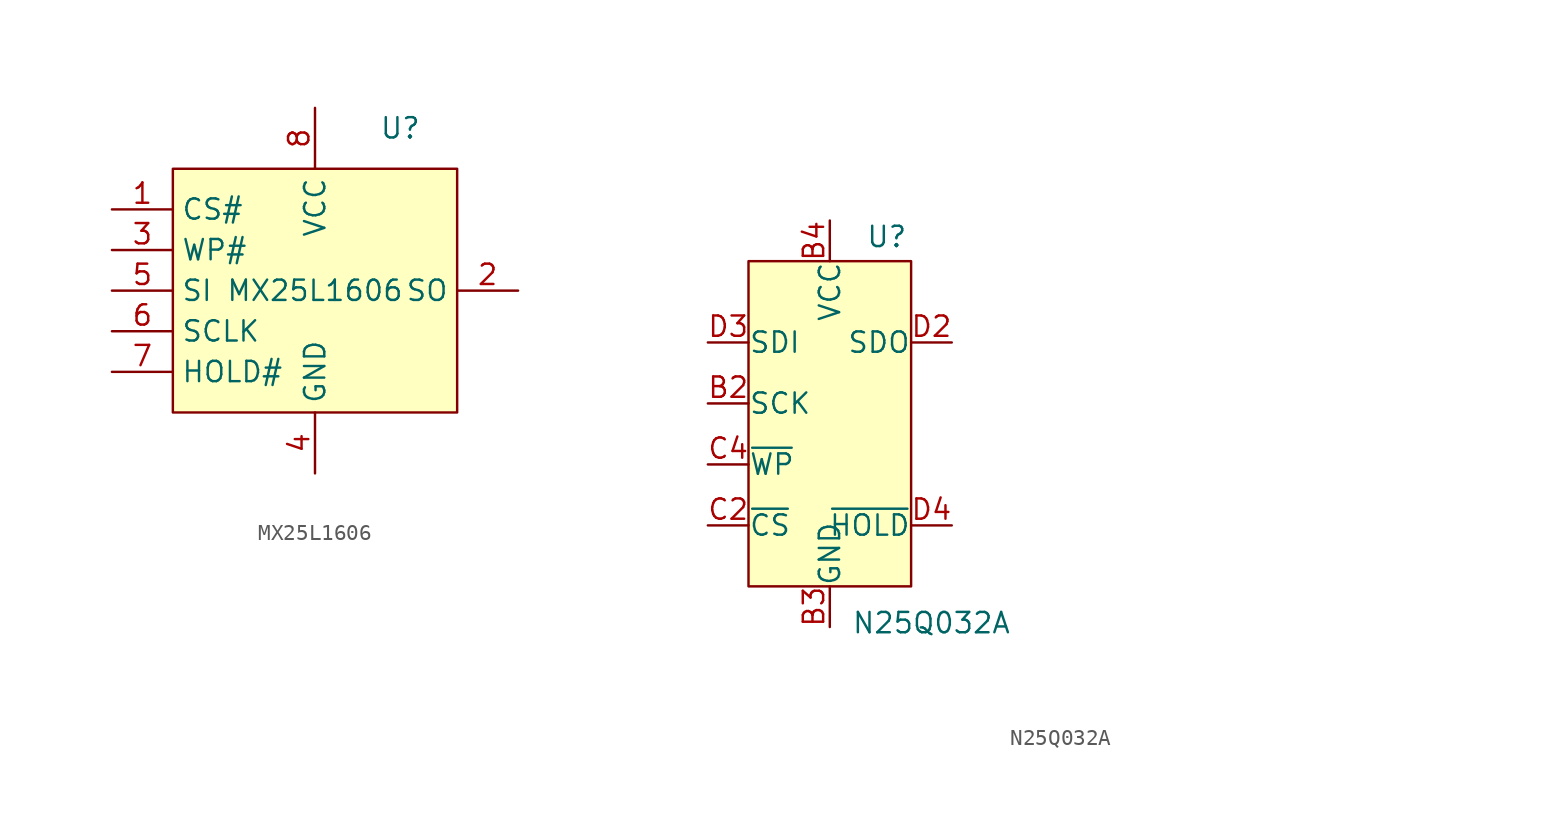
<source format=kicad_sym>
(kicad_symbol_lib
  (version 20231120)
  (generator "kicad_symbol_editor")
  (generator_version "8.0")
  (symbol "MX25L1606"
    (property "Reference" "U"
      (at 5.334 10.16 0)
      (effects (font (size 1.27 1.27))))
    (property "Value" "MX25L1606"
      (at 0 0 0)
      (effects (font (size 1.27 1.27))))
    (symbol "MX25L1606_1_0"
      (pin input line (at -12.7 5.08 0) (length 3.81) (name "CS#" (effects (font (size 1.27 1.27)))) (number "1" (effects (font (size 1.27 1.27)))))
      (pin output line (at 12.7 0 180) (length 3.81) (name "SO" (effects (font (size 1.27 1.27)))) (number "2" (effects (font (size 1.27 1.27)))) (alternate "SIO1" output line))
      (pin input line (at -12.7 2.54 0) (length 3.81) (name "WP#" (effects (font (size 1.27 1.27)))) (number "3" (effects (font (size 1.27 1.27)))))
      (pin power_in line (at 0 -11.43 90) (length 3.81) (name "GND" (effects (font (size 1.27 1.27)))) (number "4" (effects (font (size 1.27 1.27)))))
      (pin input line (at -12.7 0 0) (length 3.81) (name "SI" (effects (font (size 1.27 1.27)))) (number "5" (effects (font (size 1.27 1.27)))) (alternate "SIO0" bidirectional line))
      (pin input line (at -12.7 -2.54 0) (length 3.81) (name "SCLK" (effects (font (size 1.27 1.27)))) (number "6" (effects (font (size 1.27 1.27)))))
      (pin input line (at -12.7 -5.08 0) (length 3.81) (name "HOLD#" (effects (font (size 1.27 1.27)))) (number "7" (effects (font (size 1.27 1.27)))))
      (pin power_in line (at 0 11.43 270) (length 3.81) (name "VCC" (effects (font (size 1.27 1.27)))) (number "8" (effects (font (size 1.27 1.27)))))
      (pin no_connect line (at 2.54 -10.16 90) (length 2.54) hide (name "EXPOSED" (effects (font (size 1.27 1.27)))) (number "9" (effects (font (size 1.27 1.27))))))
    (symbol "MX25L1606_1_1"
      (rectangle (start -8.89 7.62) (end 8.89 -7.62) (stroke (width 0) (type default)) (fill (type background)))))
  (symbol "N25Q032A"
    (pin_names
      (offset 0.002))
    (property "Reference" "U"
      (at 3.556 11.684 0)
      (effects (font (size 1.27 1.27))))
    (property "Value" "N25Q032A"
      (at 6.35 -12.446 0)
      (effects (font (size 1.27 1.27))))
    (symbol "N25Q032A_1_0"
      (pin no_connect line (at 17.78 -1.27 0) (length 2.54) hide (name "NC" (effects (font (size 1.27 1.27)))) (number "A2" (effects (font (size 1.27 1.27)))))
      (pin no_connect line (at 17.78 -8.89 0) (length 2.54) hide (name "NC" (effects (font (size 1.27 1.27)))) (number "A3" (effects (font (size 1.27 1.27)))))
      (pin no_connect line (at 21.59 -15.24 0) (length 2.54) hide (name "NC" (effects (font (size 1.27 1.27)))) (number "A4" (effects (font (size 1.27 1.27)))))
      (pin no_connect line (at 26.67 1.27 0) (length 2.54) hide (name "NC" (effects (font (size 1.27 1.27)))) (number "A5" (effects (font (size 1.27 1.27)))))
      (pin no_connect line (at 33.02 -1.27 0) (length 2.54) hide (name "NC" (effects (font (size 1.27 1.27)))) (number "B1" (effects (font (size 1.27 1.27)))))
      (pin power_in line (at 0 12.7 270) (length 2.54) (name "VCC" (effects (font (size 1.27 1.27)))) (number "B4" (effects (font (size 1.27 1.27)))))
      (pin no_connect line (at 26.67 -5.08 0) (length 2.54) hide (name "NC" (effects (font (size 1.27 1.27)))) (number "B5" (effects (font (size 1.27 1.27)))))
      (pin no_connect line (at 30.48 -8.89 0) (length 2.54) hide (name "NC" (effects (font (size 1.27 1.27)))) (number "C1" (effects (font (size 1.27 1.27)))))
      (pin no_connect line (at 34.29 -8.89 0) (length 2.54) hide (name "NC" (effects (font (size 1.27 1.27)))) (number "C3" (effects (font (size 1.27 1.27)))))
      (pin no_connect line (at 26.67 -11.43 0) (length 2.54) hide (name "NC" (effects (font (size 1.27 1.27)))) (number "C5" (effects (font (size 1.27 1.27)))))
      (pin no_connect line (at 31.75 -15.24 0) (length 2.54) hide (name "NC" (effects (font (size 1.27 1.27)))) (number "D1" (effects (font (size 1.27 1.27)))))
      (pin no_connect line (at 26.67 12.7 0) (length 2.54) hide (name "NC" (effects (font (size 1.27 1.27)))) (number "D5" (effects (font (size 1.27 1.27)))))
      (pin no_connect line (at 19.05 15.24 0) (length 2.54) hide (name "NC" (effects (font (size 1.27 1.27)))) (number "E1" (effects (font (size 1.27 1.27)))))
      (pin no_connect line (at 19.05 6.35 0) (length 2.54) hide (name "NC" (effects (font (size 1.27 1.27)))) (number "E2" (effects (font (size 1.27 1.27)))))
      (pin no_connect line (at 29.21 19.05 0) (length 2.54) hide (name "NC" (effects (font (size 1.27 1.27)))) (number "E3" (effects (font (size 1.27 1.27)))))
      (pin no_connect line (at 33.02 11.43 0) (length 2.54) hide (name "NC" (effects (font (size 1.27 1.27)))) (number "E4" (effects (font (size 1.27 1.27)))))
      (pin no_connect line (at 29.21 7.62 0) (length 2.54) hide (name "NC" (effects (font (size 1.27 1.27)))) (number "E5" (effects (font (size 1.27 1.27))))))
    (symbol "N25Q032A_1_1"
      (rectangle (start -5.08 10.16) (end 5.08 -10.16) (stroke (width 0) (type default)) (fill (type background)))
      (pin input line (at -7.62 1.27 0) (length 2.54) (name "SCK" (effects (font (size 1.27 1.27)))) (number "B2" (effects (font (size 1.27 1.27)))))
      (pin power_in line (at 0 -12.7 90) (length 2.54) (name "GND" (effects (font (size 1.27 1.27)))) (number "B3" (effects (font (size 1.27 1.27)))))
      (pin input line (at -7.62 -6.35 0) (length 2.54) (name "~{CS}" (effects (font (size 1.27 1.27)))) (number "C2" (effects (font (size 1.27 1.27)))))
      (pin input line (at -7.62 -2.54 0) (length 2.54) (name "~{WP}" (effects (font (size 1.27 1.27)))) (number "C4" (effects (font (size 1.27 1.27)))))
      (pin output line (at 7.62 5.08 180) (length 2.54) (name "SDO" (effects (font (size 1.27 1.27)))) (number "D2" (effects (font (size 1.27 1.27)))))
      (pin input line (at -7.62 5.08 0) (length 2.54) (name "SDI" (effects (font (size 1.27 1.27)))) (number "D3" (effects (font (size 1.27 1.27)))))
      (pin output line (at 7.62 -6.35 180) (length 2.54) (name "~{HOLD}" (effects (font (size 1.27 1.27)))) (number "D4" (effects (font (size 1.27 1.27))))))))
</source>
